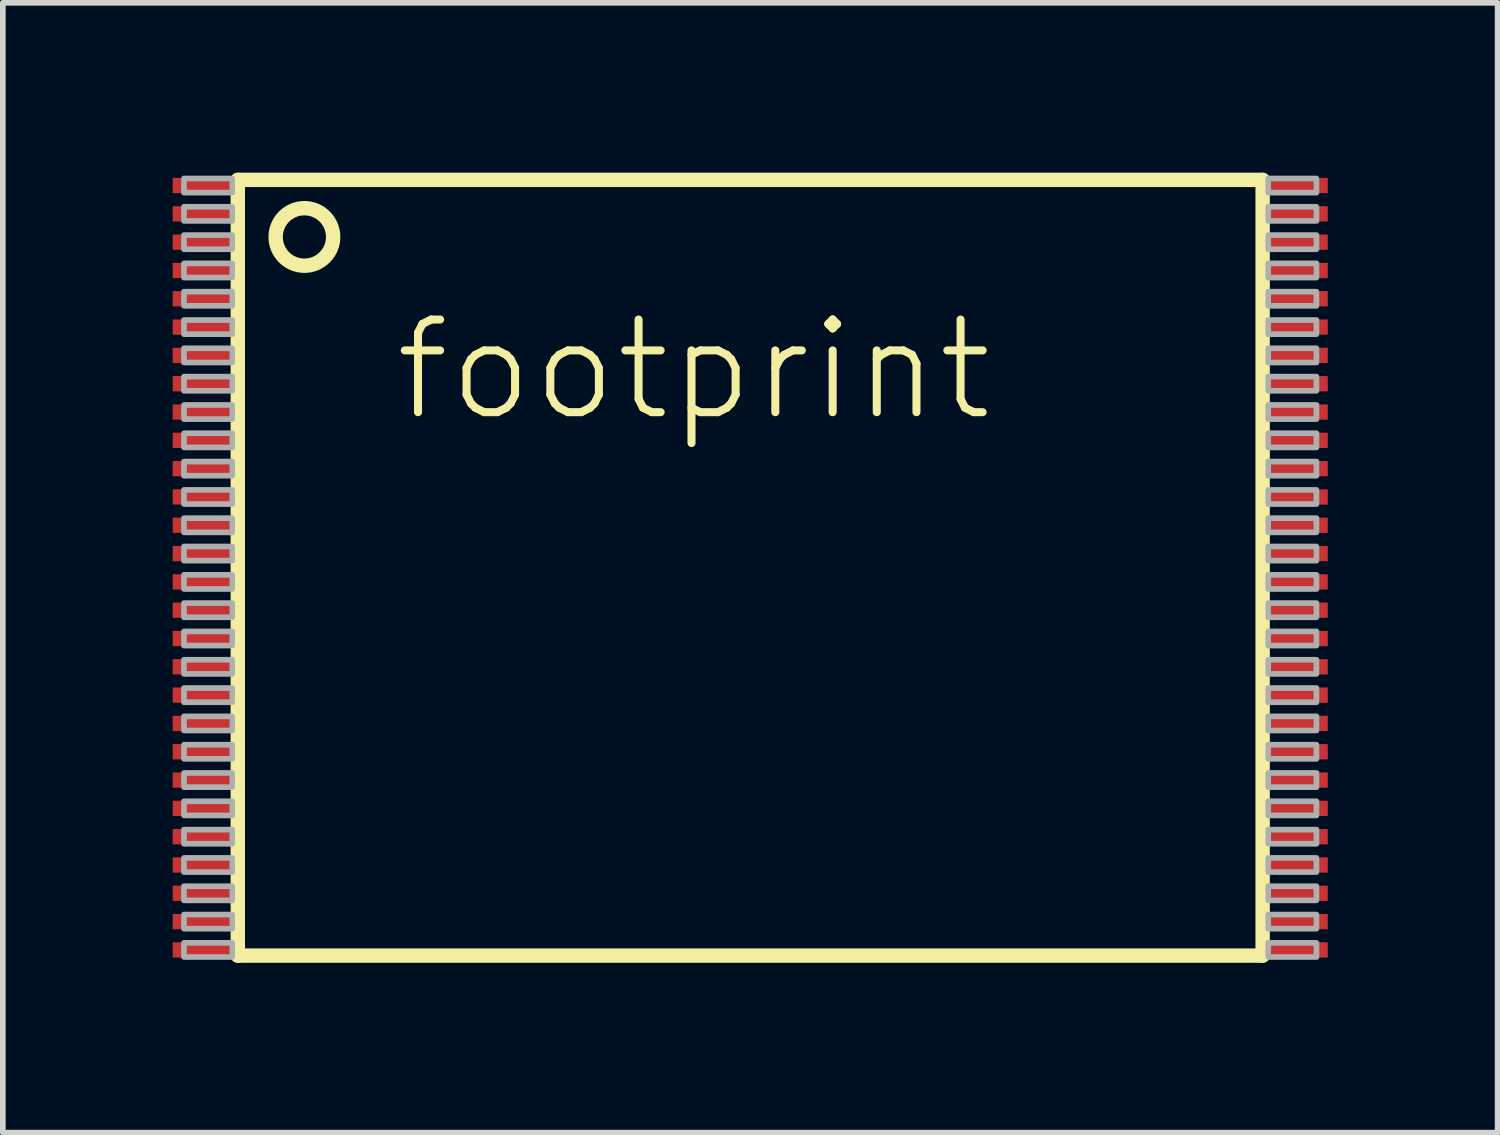
<source format=kicad_pcb>
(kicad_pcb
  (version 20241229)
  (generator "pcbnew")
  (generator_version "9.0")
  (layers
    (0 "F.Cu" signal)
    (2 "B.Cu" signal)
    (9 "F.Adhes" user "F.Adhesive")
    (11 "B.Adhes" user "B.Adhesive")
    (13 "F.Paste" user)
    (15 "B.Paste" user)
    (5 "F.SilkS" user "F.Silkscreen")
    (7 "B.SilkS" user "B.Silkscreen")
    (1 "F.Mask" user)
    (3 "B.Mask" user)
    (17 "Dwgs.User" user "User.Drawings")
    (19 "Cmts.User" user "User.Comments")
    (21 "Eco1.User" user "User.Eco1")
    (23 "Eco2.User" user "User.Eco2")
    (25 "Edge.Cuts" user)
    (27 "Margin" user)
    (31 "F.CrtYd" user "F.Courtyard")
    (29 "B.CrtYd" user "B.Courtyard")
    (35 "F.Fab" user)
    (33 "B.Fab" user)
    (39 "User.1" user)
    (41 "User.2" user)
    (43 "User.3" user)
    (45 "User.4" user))
  (footprint "footprint"
    (layer "F.Cu")
    (at 10.2 6.977)
    (property "Reference" "footprint" (at -6.35 -2.54 0) (layer "F.SilkS") (effects (font (size 1.636 1.636) (thickness 0.142)) (justify left bottom)))
    (fp_line (start -9.05 -6.85) (end 9.05 -6.85) (stroke (width 0.254) (type solid)) (layer "F.SilkS"))
    (fp_line (start -9.05 6.85) (end -9.05 -6.85) (stroke (width 0.254) (type solid)) (layer "F.SilkS"))
    (fp_line (start 9.05 -6.85) (end 9.05 6.85) (stroke (width 0.254) (type solid)) (layer "F.SilkS"))
    (fp_line (start 9.05 6.85) (end -9.05 6.85) (stroke (width 0.254) (type solid)) (layer "F.SilkS"))
    (fp_circle (center -7.874 -5.842) (end -7.366 -5.842) (stroke (width 0.254) (type solid)) (fill no) (layer "F.SilkS"))
    (fp_poly (pts (xy -10 -6.625) (xy -9.15 -6.625) (xy -9.15 -6.875) (xy -10 -6.875)) (stroke (width 0.1) (type solid)) (fill no) (layer "F.Fab"))
    (fp_poly (pts (xy -10 -6.125) (xy -9.15 -6.125) (xy -9.15 -6.375) (xy -10 -6.375)) (stroke (width 0.1) (type solid)) (fill no) (layer "F.Fab"))
    (fp_poly (pts (xy -10 -5.625) (xy -9.15 -5.625) (xy -9.15 -5.875) (xy -10 -5.875)) (stroke (width 0.1) (type solid)) (fill no) (layer "F.Fab"))
    (fp_poly (pts (xy -10 -5.125) (xy -9.15 -5.125) (xy -9.15 -5.375) (xy -10 -5.375)) (stroke (width 0.1) (type solid)) (fill no) (layer "F.Fab"))
    (fp_poly (pts (xy -10 -4.625) (xy -9.15 -4.625) (xy -9.15 -4.875) (xy -10 -4.875)) (stroke (width 0.1) (type solid)) (fill no) (layer "F.Fab"))
    (fp_poly (pts (xy -10 -4.125) (xy -9.15 -4.125) (xy -9.15 -4.375) (xy -10 -4.375)) (stroke (width 0.1) (type solid)) (fill no) (layer "F.Fab"))
    (fp_poly (pts (xy -10 -3.625) (xy -9.15 -3.625) (xy -9.15 -3.875) (xy -10 -3.875)) (stroke (width 0.1) (type solid)) (fill no) (layer "F.Fab"))
    (fp_poly (pts (xy -10 -3.125) (xy -9.15 -3.125) (xy -9.15 -3.375) (xy -10 -3.375)) (stroke (width 0.1) (type solid)) (fill no) (layer "F.Fab"))
    (fp_poly (pts (xy -10 -2.625) (xy -9.15 -2.625) (xy -9.15 -2.875) (xy -10 -2.875)) (stroke (width 0.1) (type solid)) (fill no) (layer "F.Fab"))
    (fp_poly (pts (xy -10 -2.125) (xy -9.15 -2.125) (xy -9.15 -2.375) (xy -10 -2.375)) (stroke (width 0.1) (type solid)) (fill no) (layer "F.Fab"))
    (fp_poly (pts (xy -10 -1.625) (xy -9.15 -1.625) (xy -9.15 -1.875) (xy -10 -1.875)) (stroke (width 0.1) (type solid)) (fill no) (layer "F.Fab"))
    (fp_poly (pts (xy -10 -1.125) (xy -9.15 -1.125) (xy -9.15 -1.375) (xy -10 -1.375)) (stroke (width 0.1) (type solid)) (fill no) (layer "F.Fab"))
    (fp_poly (pts (xy -10 -0.625) (xy -9.15 -0.625) (xy -9.15 -0.875) (xy -10 -0.875)) (stroke (width 0.1) (type solid)) (fill no) (layer "F.Fab"))
    (fp_poly (pts (xy -10 -0.125) (xy -9.15 -0.125) (xy -9.15 -0.375) (xy -10 -0.375)) (stroke (width 0.1) (type solid)) (fill no) (layer "F.Fab"))
    (fp_poly (pts (xy -10 0.375) (xy -9.15 0.375) (xy -9.15 0.125) (xy -10 0.125)) (stroke (width 0.1) (type solid)) (fill no) (layer "F.Fab"))
    (fp_poly (pts (xy -10 0.875) (xy -9.15 0.875) (xy -9.15 0.625) (xy -10 0.625)) (stroke (width 0.1) (type solid)) (fill no) (layer "F.Fab"))
    (fp_poly (pts (xy -10 1.375) (xy -9.15 1.375) (xy -9.15 1.125) (xy -10 1.125)) (stroke (width 0.1) (type solid)) (fill no) (layer "F.Fab"))
    (fp_poly (pts (xy -10 1.875) (xy -9.15 1.875) (xy -9.15 1.625) (xy -10 1.625)) (stroke (width 0.1) (type solid)) (fill no) (layer "F.Fab"))
    (fp_poly (pts (xy -10 2.375) (xy -9.15 2.375) (xy -9.15 2.125) (xy -10 2.125)) (stroke (width 0.1) (type solid)) (fill no) (layer "F.Fab"))
    (fp_poly (pts (xy -10 2.875) (xy -9.15 2.875) (xy -9.15 2.625) (xy -10 2.625)) (stroke (width 0.1) (type solid)) (fill no) (layer "F.Fab"))
    (fp_poly (pts (xy -10 3.375) (xy -9.15 3.375) (xy -9.15 3.125) (xy -10 3.125)) (stroke (width 0.1) (type solid)) (fill no) (layer "F.Fab"))
    (fp_poly (pts (xy -10 3.875) (xy -9.15 3.875) (xy -9.15 3.625) (xy -10 3.625)) (stroke (width 0.1) (type solid)) (fill no) (layer "F.Fab"))
    (fp_poly (pts (xy -10 4.375) (xy -9.15 4.375) (xy -9.15 4.125) (xy -10 4.125)) (stroke (width 0.1) (type solid)) (fill no) (layer "F.Fab"))
    (fp_poly (pts (xy -10 4.875) (xy -9.15 4.875) (xy -9.15 4.625) (xy -10 4.625)) (stroke (width 0.1) (type solid)) (fill no) (layer "F.Fab"))
    (fp_poly (pts (xy -10 5.375) (xy -9.15 5.375) (xy -9.15 5.125) (xy -10 5.125)) (stroke (width 0.1) (type solid)) (fill no) (layer "F.Fab"))
    (fp_poly (pts (xy -10 5.875) (xy -9.15 5.875) (xy -9.15 5.625) (xy -10 5.625)) (stroke (width 0.1) (type solid)) (fill no) (layer "F.Fab"))
    (fp_poly (pts (xy -10 6.375) (xy -9.15 6.375) (xy -9.15 6.125) (xy -10 6.125)) (stroke (width 0.1) (type solid)) (fill no) (layer "F.Fab"))
    (fp_poly (pts (xy -10 6.875) (xy -9.15 6.875) (xy -9.15 6.625) (xy -10 6.625)) (stroke (width 0.1) (type solid)) (fill no) (layer "F.Fab"))
    (fp_poly (pts (xy 10 -6.875) (xy 9.15 -6.875) (xy 9.15 -6.625) (xy 10 -6.625)) (stroke (width 0.1) (type solid)) (fill no) (layer "F.Fab"))
    (fp_poly (pts (xy 10 -6.375) (xy 9.15 -6.375) (xy 9.15 -6.125) (xy 10 -6.125)) (stroke (width 0.1) (type solid)) (fill no) (layer "F.Fab"))
    (fp_poly (pts (xy 10 -5.875) (xy 9.15 -5.875) (xy 9.15 -5.625) (xy 10 -5.625)) (stroke (width 0.1) (type solid)) (fill no) (layer "F.Fab"))
    (fp_poly (pts (xy 10 -5.375) (xy 9.15 -5.375) (xy 9.15 -5.125) (xy 10 -5.125)) (stroke (width 0.1) (type solid)) (fill no) (layer "F.Fab"))
    (fp_poly (pts (xy 10 -4.875) (xy 9.15 -4.875) (xy 9.15 -4.625) (xy 10 -4.625)) (stroke (width 0.1) (type solid)) (fill no) (layer "F.Fab"))
    (fp_poly (pts (xy 10 -4.375) (xy 9.15 -4.375) (xy 9.15 -4.125) (xy 10 -4.125)) (stroke (width 0.1) (type solid)) (fill no) (layer "F.Fab"))
    (fp_poly (pts (xy 10 -3.875) (xy 9.15 -3.875) (xy 9.15 -3.625) (xy 10 -3.625)) (stroke (width 0.1) (type solid)) (fill no) (layer "F.Fab"))
    (fp_poly (pts (xy 10 -3.375) (xy 9.15 -3.375) (xy 9.15 -3.125) (xy 10 -3.125)) (stroke (width 0.1) (type solid)) (fill no) (layer "F.Fab"))
    (fp_poly (pts (xy 10 -2.875) (xy 9.15 -2.875) (xy 9.15 -2.625) (xy 10 -2.625)) (stroke (width 0.1) (type solid)) (fill no) (layer "F.Fab"))
    (fp_poly (pts (xy 10 -2.375) (xy 9.15 -2.375) (xy 9.15 -2.125) (xy 10 -2.125)) (stroke (width 0.1) (type solid)) (fill no) (layer "F.Fab"))
    (fp_poly (pts (xy 10 -1.875) (xy 9.15 -1.875) (xy 9.15 -1.625) (xy 10 -1.625)) (stroke (width 0.1) (type solid)) (fill no) (layer "F.Fab"))
    (fp_poly (pts (xy 10 -1.375) (xy 9.15 -1.375) (xy 9.15 -1.125) (xy 10 -1.125)) (stroke (width 0.1) (type solid)) (fill no) (layer "F.Fab"))
    (fp_poly (pts (xy 10 -0.875) (xy 9.15 -0.875) (xy 9.15 -0.625) (xy 10 -0.625)) (stroke (width 0.1) (type solid)) (fill no) (layer "F.Fab"))
    (fp_poly (pts (xy 10 -0.375) (xy 9.15 -0.375) (xy 9.15 -0.125) (xy 10 -0.125)) (stroke (width 0.1) (type solid)) (fill no) (layer "F.Fab"))
    (fp_poly (pts (xy 10 0.125) (xy 9.15 0.125) (xy 9.15 0.375) (xy 10 0.375)) (stroke (width 0.1) (type solid)) (fill no) (layer "F.Fab"))
    (fp_poly (pts (xy 10 0.625) (xy 9.15 0.625) (xy 9.15 0.875) (xy 10 0.875)) (stroke (width 0.1) (type solid)) (fill no) (layer "F.Fab"))
    (fp_poly (pts (xy 10 1.125) (xy 9.15 1.125) (xy 9.15 1.375) (xy 10 1.375)) (stroke (width 0.1) (type solid)) (fill no) (layer "F.Fab"))
    (fp_poly (pts (xy 10 1.625) (xy 9.15 1.625) (xy 9.15 1.875) (xy 10 1.875)) (stroke (width 0.1) (type solid)) (fill no) (layer "F.Fab"))
    (fp_poly (pts (xy 10 2.125) (xy 9.15 2.125) (xy 9.15 2.375) (xy 10 2.375)) (stroke (width 0.1) (type solid)) (fill no) (layer "F.Fab"))
    (fp_poly (pts (xy 10 2.625) (xy 9.15 2.625) (xy 9.15 2.875) (xy 10 2.875)) (stroke (width 0.1) (type solid)) (fill no) (layer "F.Fab"))
    (fp_poly (pts (xy 10 3.125) (xy 9.15 3.125) (xy 9.15 3.375) (xy 10 3.375)) (stroke (width 0.1) (type solid)) (fill no) (layer "F.Fab"))
    (fp_poly (pts (xy 10 3.625) (xy 9.15 3.625) (xy 9.15 3.875) (xy 10 3.875)) (stroke (width 0.1) (type solid)) (fill no) (layer "F.Fab"))
    (fp_poly (pts (xy 10 4.125) (xy 9.15 4.125) (xy 9.15 4.375) (xy 10 4.375)) (stroke (width 0.1) (type solid)) (fill no) (layer "F.Fab"))
    (fp_poly (pts (xy 10 4.625) (xy 9.15 4.625) (xy 9.15 4.875) (xy 10 4.875)) (stroke (width 0.1) (type solid)) (fill no) (layer "F.Fab"))
    (fp_poly (pts (xy 10 5.125) (xy 9.15 5.125) (xy 9.15 5.375) (xy 10 5.375)) (stroke (width 0.1) (type solid)) (fill no) (layer "F.Fab"))
    (fp_poly (pts (xy 10 5.625) (xy 9.15 5.625) (xy 9.15 5.875) (xy 10 5.875)) (stroke (width 0.1) (type solid)) (fill no) (layer "F.Fab"))
    (fp_poly (pts (xy 10 6.125) (xy 9.15 6.125) (xy 9.15 6.375) (xy 10 6.375)) (stroke (width 0.1) (type solid)) (fill no) (layer "F.Fab"))
    (fp_poly (pts (xy 10 6.625) (xy 9.15 6.625) (xy 9.15 6.875) (xy 10 6.875)) (stroke (width 0.1) (type solid)) (fill no) (layer "F.Fab"))
    (pad "1" smd rect (at -9.7 -6.75) (size 1 0.27) (layers "F.Cu" "F.Mask" "F.Paste"))
    (pad "2" smd rect (at -9.7 -6.25) (size 1 0.27) (layers "F.Cu" "F.Mask" "F.Paste"))
    (pad "3" smd rect (at -9.7 -5.75) (size 1 0.27) (layers "F.Cu" "F.Mask" "F.Paste"))
    (pad "4" smd rect (at -9.7 -5.25) (size 1 0.27) (layers "F.Cu" "F.Mask" "F.Paste"))
    (pad "5" smd rect (at -9.7 -4.75) (size 1 0.27) (layers "F.Cu" "F.Mask" "F.Paste"))
    (pad "6" smd rect (at -9.7 -4.25) (size 1 0.27) (layers "F.Cu" "F.Mask" "F.Paste"))
    (pad "7" smd rect (at -9.7 -3.75) (size 1 0.27) (layers "F.Cu" "F.Mask" "F.Paste"))
    (pad "8" smd rect (at -9.7 -3.25) (size 1 0.27) (layers "F.Cu" "F.Mask" "F.Paste"))
    (pad "9" smd rect (at -9.7 -2.75) (size 1 0.27) (layers "F.Cu" "F.Mask" "F.Paste"))
    (pad "10" smd rect (at -9.7 -2.25) (size 1 0.27) (layers "F.Cu" "F.Mask" "F.Paste"))
    (pad "11" smd rect (at -9.7 -1.75) (size 1 0.27) (layers "F.Cu" "F.Mask" "F.Paste"))
    (pad "12" smd rect (at -9.7 -1.25) (size 1 0.27) (layers "F.Cu" "F.Mask" "F.Paste"))
    (pad "13" smd rect (at -9.7 -0.75) (size 1 0.27) (layers "F.Cu" "F.Mask" "F.Paste"))
    (pad "14" smd rect (at -9.7 -0.25) (size 1 0.27) (layers "F.Cu" "F.Mask" "F.Paste"))
    (pad "15" smd rect (at -9.7 0.25) (size 1 0.27) (layers "F.Cu" "F.Mask" "F.Paste"))
    (pad "16" smd rect (at -9.7 0.75) (size 1 0.27) (layers "F.Cu" "F.Mask" "F.Paste"))
    (pad "17" smd rect (at -9.7 1.25) (size 1 0.27) (layers "F.Cu" "F.Mask" "F.Paste"))
    (pad "18" smd rect (at -9.7 1.75) (size 1 0.27) (layers "F.Cu" "F.Mask" "F.Paste"))
    (pad "19" smd rect (at -9.7 2.25) (size 1 0.27) (layers "F.Cu" "F.Mask" "F.Paste"))
    (pad "20" smd rect (at -9.7 2.75) (size 1 0.27) (layers "F.Cu" "F.Mask" "F.Paste"))
    (pad "21" smd rect (at -9.7 3.25) (size 1 0.27) (layers "F.Cu" "F.Mask" "F.Paste"))
    (pad "22" smd rect (at -9.7 3.75) (size 1 0.27) (layers "F.Cu" "F.Mask" "F.Paste"))
    (pad "23" smd rect (at -9.7 4.25) (size 1 0.27) (layers "F.Cu" "F.Mask" "F.Paste"))
    (pad "24" smd rect (at -9.7 4.75) (size 1 0.27) (layers "F.Cu" "F.Mask" "F.Paste"))
    (pad "25" smd rect (at -9.7 5.25) (size 1 0.27) (layers "F.Cu" "F.Mask" "F.Paste"))
    (pad "26" smd rect (at -9.7 5.75) (size 1 0.27) (layers "F.Cu" "F.Mask" "F.Paste"))
    (pad "27" smd rect (at -9.7 6.25) (size 1 0.27) (layers "F.Cu" "F.Mask" "F.Paste"))
    (pad "28" smd rect (at -9.7 6.75) (size 1 0.27) (layers "F.Cu" "F.Mask" "F.Paste"))
    (pad "29" smd rect (at 9.7 6.75 180) (size 1 0.27) (layers "F.Cu" "F.Mask" "F.Paste"))
    (pad "30" smd rect (at 9.7 6.25 180) (size 1 0.27) (layers "F.Cu" "F.Mask" "F.Paste"))
    (pad "31" smd rect (at 9.7 5.75 180) (size 1 0.27) (layers "F.Cu" "F.Mask" "F.Paste"))
    (pad "32" smd rect (at 9.7 5.25 180) (size 1 0.27) (layers "F.Cu" "F.Mask" "F.Paste"))
    (pad "33" smd rect (at 9.7 4.75 180) (size 1 0.27) (layers "F.Cu" "F.Mask" "F.Paste"))
    (pad "34" smd rect (at 9.7 4.25 180) (size 1 0.27) (layers "F.Cu" "F.Mask" "F.Paste"))
    (pad "35" smd rect (at 9.7 3.75 180) (size 1 0.27) (layers "F.Cu" "F.Mask" "F.Paste"))
    (pad "36" smd rect (at 9.7 3.25 180) (size 1 0.27) (layers "F.Cu" "F.Mask" "F.Paste"))
    (pad "37" smd rect (at 9.7 2.75 180) (size 1 0.27) (layers "F.Cu" "F.Mask" "F.Paste"))
    (pad "38" smd rect (at 9.7 2.25 180) (size 1 0.27) (layers "F.Cu" "F.Mask" "F.Paste"))
    (pad "39" smd rect (at 9.7 1.75 180) (size 1 0.27) (layers "F.Cu" "F.Mask" "F.Paste"))
    (pad "40" smd rect (at 9.7 1.25 180) (size 1 0.27) (layers "F.Cu" "F.Mask" "F.Paste"))
    (pad "41" smd rect (at 9.7 0.75 180) (size 1 0.27) (layers "F.Cu" "F.Mask" "F.Paste"))
    (pad "42" smd rect (at 9.7 0.25 180) (size 1 0.27) (layers "F.Cu" "F.Mask" "F.Paste"))
    (pad "43" smd rect (at 9.7 -0.25 180) (size 1 0.27) (layers "F.Cu" "F.Mask" "F.Paste"))
    (pad "44" smd rect (at 9.7 -0.75 180) (size 1 0.27) (layers "F.Cu" "F.Mask" "F.Paste"))
    (pad "45" smd rect (at 9.7 -1.25 180) (size 1 0.27) (layers "F.Cu" "F.Mask" "F.Paste"))
    (pad "46" smd rect (at 9.7 -1.75 180) (size 1 0.27) (layers "F.Cu" "F.Mask" "F.Paste"))
    (pad "47" smd rect (at 9.7 -2.25 180) (size 1 0.27) (layers "F.Cu" "F.Mask" "F.Paste"))
    (pad "48" smd rect (at 9.7 -2.75 180) (size 1 0.27) (layers "F.Cu" "F.Mask" "F.Paste"))
    (pad "49" smd rect (at 9.7 -3.25 180) (size 1 0.27) (layers "F.Cu" "F.Mask" "F.Paste"))
    (pad "50" smd rect (at 9.7 -3.75 180) (size 1 0.27) (layers "F.Cu" "F.Mask" "F.Paste"))
    (pad "51" smd rect (at 9.7 -4.25 180) (size 1 0.27) (layers "F.Cu" "F.Mask" "F.Paste"))
    (pad "52" smd rect (at 9.7 -4.75 180) (size 1 0.27) (layers "F.Cu" "F.Mask" "F.Paste"))
    (pad "53" smd rect (at 9.7 -5.25 180) (size 1 0.27) (layers "F.Cu" "F.Mask" "F.Paste"))
    (pad "54" smd rect (at 9.7 -5.75 180) (size 1 0.27) (layers "F.Cu" "F.Mask" "F.Paste"))
    (pad "55" smd rect (at 9.7 -6.25 180) (size 1 0.27) (layers "F.Cu" "F.Mask" "F.Paste"))
    (pad "56" smd rect (at 9.7 -6.75 180) (size 1 0.27) (layers "F.Cu" "F.Mask" "F.Paste")))
  (gr_rect
    (start -3 -3)
    (end 23.4 16.954)
    (stroke (width 0.1) (type default))
    (fill no)
    (layer "Edge.Cuts")))
</source>
